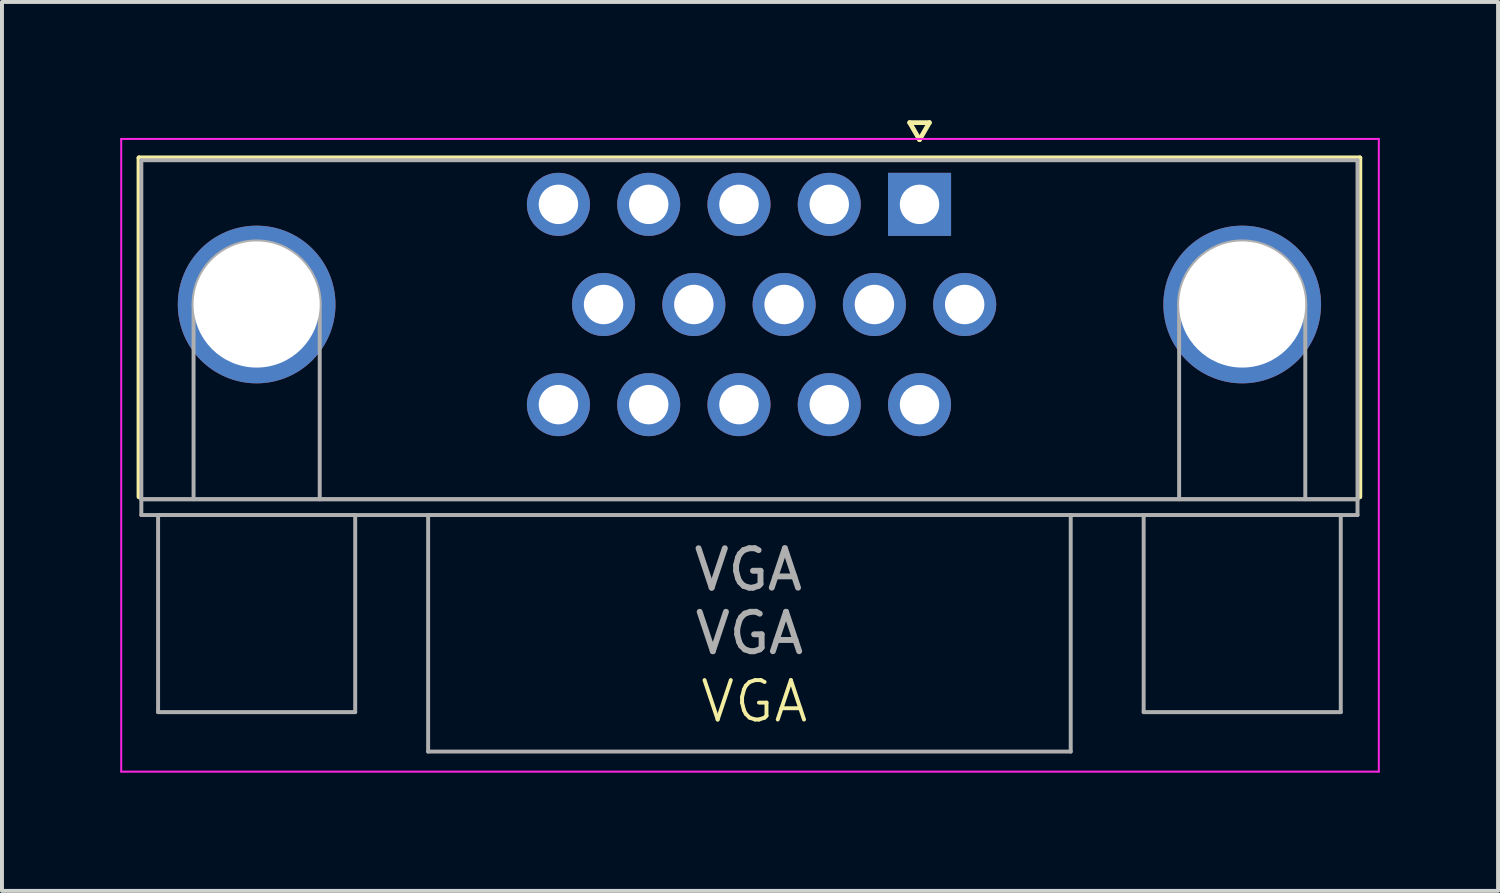
<source format=kicad_pcb>
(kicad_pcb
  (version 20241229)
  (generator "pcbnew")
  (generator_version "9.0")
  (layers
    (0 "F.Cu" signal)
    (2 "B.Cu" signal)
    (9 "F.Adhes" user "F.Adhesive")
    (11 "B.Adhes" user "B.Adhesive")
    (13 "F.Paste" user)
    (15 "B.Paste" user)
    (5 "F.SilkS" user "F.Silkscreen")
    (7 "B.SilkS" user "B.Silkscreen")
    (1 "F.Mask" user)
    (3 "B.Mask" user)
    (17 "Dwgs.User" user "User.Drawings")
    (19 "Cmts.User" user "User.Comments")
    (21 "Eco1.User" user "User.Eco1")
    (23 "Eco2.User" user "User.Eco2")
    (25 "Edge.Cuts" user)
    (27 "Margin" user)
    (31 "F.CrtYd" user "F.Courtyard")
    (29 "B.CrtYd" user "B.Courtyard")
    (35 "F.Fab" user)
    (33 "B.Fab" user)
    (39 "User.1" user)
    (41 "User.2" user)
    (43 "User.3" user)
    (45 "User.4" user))
  (footprint "VGA"
    (layer "F.Cu")
    (at 15.931 8.902)
    (property "Reference" "VGA" (at 0.152 5.842 0) (unlocked yes) (layer "F.SilkS") (effects (font (size 1 1) (thickness 0.1))))
    (attr through_hole)
    (fp_line (start -15.456 -7.948) (end 15.514 -7.948) (stroke (width 0.12) (type solid)) (layer "F.SilkS"))
    (fp_line (start -15.456 0.652) (end -15.456 -7.948) (stroke (width 0.12) (type solid)) (layer "F.SilkS"))
    (fp_line (start 4.094 -8.842) (end 4.594 -8.842) (stroke (width 0.12) (type solid)) (layer "F.SilkS"))
    (fp_line (start 4.344 -8.409) (end 4.094 -8.842) (stroke (width 0.12) (type solid)) (layer "F.SilkS"))
    (fp_line (start 4.594 -8.842) (end 4.344 -8.409) (stroke (width 0.12) (type solid)) (layer "F.SilkS"))
    (fp_line (start 15.514 -7.948) (end 15.514 0.652) (stroke (width 0.12) (type solid)) (layer "F.SilkS"))
    (fp_line (start -15.906 -8.428) (end -15.906 7.622) (stroke (width 0.05) (type solid)) (layer "F.CrtYd"))
    (fp_line (start -15.906 7.622) (end 15.994 7.622) (stroke (width 0.05) (type solid)) (layer "F.CrtYd"))
    (fp_line (start 15.994 -8.428) (end -15.906 -8.428) (stroke (width 0.05) (type solid)) (layer "F.CrtYd"))
    (fp_line (start 15.994 7.622) (end 15.994 -8.428) (stroke (width 0.05) (type solid)) (layer "F.CrtYd"))
    (fp_line (start -15.396 -7.888) (end -15.396 0.712) (stroke (width 0.1) (type solid)) (layer "F.Fab"))
    (fp_line (start -15.396 0.712) (end -15.396 1.112) (stroke (width 0.1) (type solid)) (layer "F.Fab"))
    (fp_line (start -15.396 0.712) (end 15.454 0.712) (stroke (width 0.1) (type solid)) (layer "F.Fab"))
    (fp_line (start -15.396 1.112) (end 15.454 1.112) (stroke (width 0.1) (type solid)) (layer "F.Fab"))
    (fp_line (start -14.971 1.112) (end -14.971 6.112) (stroke (width 0.1) (type solid)) (layer "F.Fab"))
    (fp_line (start -14.971 6.112) (end -9.971 6.112) (stroke (width 0.1) (type solid)) (layer "F.Fab"))
    (fp_line (start -14.071 0.712) (end -14.071 -4.228) (stroke (width 0.1) (type solid)) (layer "F.Fab"))
    (fp_line (start -10.871 0.712) (end -10.871 -4.228) (stroke (width 0.1) (type solid)) (layer "F.Fab"))
    (fp_line (start -9.971 1.112) (end -14.971 1.112) (stroke (width 0.1) (type solid)) (layer "F.Fab"))
    (fp_line (start -9.971 6.112) (end -9.971 1.112) (stroke (width 0.1) (type solid)) (layer "F.Fab"))
    (fp_line (start -8.121 1.112) (end -8.121 7.112) (stroke (width 0.1) (type solid)) (layer "F.Fab"))
    (fp_line (start -8.121 7.112) (end 8.179 7.112) (stroke (width 0.1) (type solid)) (layer "F.Fab"))
    (fp_line (start 8.179 1.112) (end -8.121 1.112) (stroke (width 0.1) (type solid)) (layer "F.Fab"))
    (fp_line (start 8.179 7.112) (end 8.179 1.112) (stroke (width 0.1) (type solid)) (layer "F.Fab"))
    (fp_line (start 10.029 1.112) (end 10.029 6.112) (stroke (width 0.1) (type solid)) (layer "F.Fab"))
    (fp_line (start 10.029 6.112) (end 15.029 6.112) (stroke (width 0.1) (type solid)) (layer "F.Fab"))
    (fp_line (start 10.929 0.712) (end 10.929 -4.228) (stroke (width 0.1) (type solid)) (layer "F.Fab"))
    (fp_line (start 14.129 0.712) (end 14.129 -4.228) (stroke (width 0.1) (type solid)) (layer "F.Fab"))
    (fp_line (start 15.029 1.112) (end 10.029 1.112) (stroke (width 0.1) (type solid)) (layer "F.Fab"))
    (fp_line (start 15.029 6.112) (end 15.029 1.112) (stroke (width 0.1) (type solid)) (layer "F.Fab"))
    (fp_line (start 15.454 -7.888) (end -15.396 -7.888) (stroke (width 0.1) (type solid)) (layer "F.Fab"))
    (fp_line (start 15.454 0.712) (end -15.396 0.712) (stroke (width 0.1) (type solid)) (layer "F.Fab"))
    (fp_line (start 15.454 0.712) (end 15.454 -7.888) (stroke (width 0.1) (type solid)) (layer "F.Fab"))
    (fp_line (start 15.454 1.112) (end 15.454 0.712) (stroke (width 0.1) (type solid)) (layer "F.Fab"))
    (fp_arc (start -14.0712 -4.228) (mid -12.4712 -5.828) (end -10.8712 -4.228) (stroke (width 0.1) (type solid)) (layer "F.Fab"))
    (fp_arc (start 10.9288 -4.228) (mid 12.5288 -5.828) (end 14.1288 -4.228) (stroke (width 0.1) (type solid)) (layer "F.Fab"))
    (fp_text user "${REFERENCE}" (at 0.029 4.112 0) (layer "F.Fab") (effects (font (size 1 1) (thickness 0.15))))
    (fp_text user "${REFERENCE}" (at 0 2.5 0) (unlocked yes) (layer "F.Fab") (effects (font (size 1 1) (thickness 0.15))))
    (pad "0" thru_hole circle (at -12.471 -4.228) (size 4 4) (drill 3.2) (layers "*.Cu" "*.Mask"))
    (pad "0" thru_hole circle (at 12.529 -4.228) (size 4 4) (drill 3.2) (layers "*.Cu" "*.Mask"))
    (pad "1" thru_hole rect (at 4.344 -6.768) (size 1.6 1.6) (drill 1) (layers "*.Cu" "*.Mask"))
    (pad "2" thru_hole circle (at 2.054 -6.768) (size 1.6 1.6) (drill 1) (layers "*.Cu" "*.Mask"))
    (pad "3" thru_hole circle (at -0.236 -6.768) (size 1.6 1.6) (drill 1) (layers "*.Cu" "*.Mask"))
    (pad "4" thru_hole circle (at -2.526 -6.768) (size 1.6 1.6) (drill 1) (layers "*.Cu" "*.Mask"))
    (pad "5" thru_hole circle (at -4.816 -6.768) (size 1.6 1.6) (drill 1) (layers "*.Cu" "*.Mask"))
    (pad "6" thru_hole circle (at 5.489 -4.228) (size 1.6 1.6) (drill 1) (layers "*.Cu" "*.Mask"))
    (pad "7" thru_hole circle (at 3.199 -4.228) (size 1.6 1.6) (drill 1) (layers "*.Cu" "*.Mask"))
    (pad "8" thru_hole circle (at 0.909 -4.228) (size 1.6 1.6) (drill 1) (layers "*.Cu" "*.Mask"))
    (pad "9" thru_hole circle (at -1.381 -4.228) (size 1.6 1.6) (drill 1) (layers "*.Cu" "*.Mask"))
    (pad "10" thru_hole circle (at -3.671 -4.228) (size 1.6 1.6) (drill 1) (layers "*.Cu" "*.Mask"))
    (pad "11" thru_hole circle (at 4.344 -1.688) (size 1.6 1.6) (drill 1) (layers "*.Cu" "*.Mask"))
    (pad "12" thru_hole circle (at 2.054 -1.688) (size 1.6 1.6) (drill 1) (layers "*.Cu" "*.Mask"))
    (pad "13" thru_hole circle (at -0.236 -1.688) (size 1.6 1.6) (drill 1) (layers "*.Cu" "*.Mask"))
    (pad "14" thru_hole circle (at -2.526 -1.688) (size 1.6 1.6) (drill 1) (layers "*.Cu" "*.Mask"))
    (pad "15" thru_hole circle (at -4.816 -1.688) (size 1.6 1.6) (drill 1) (layers "*.Cu" "*.Mask")))
  (gr_rect
    (start -3 -3)
    (end 34.95 19.549)
    (stroke (width 0.1) (type default))
    (fill no)
    (layer "Edge.Cuts")))
</source>
